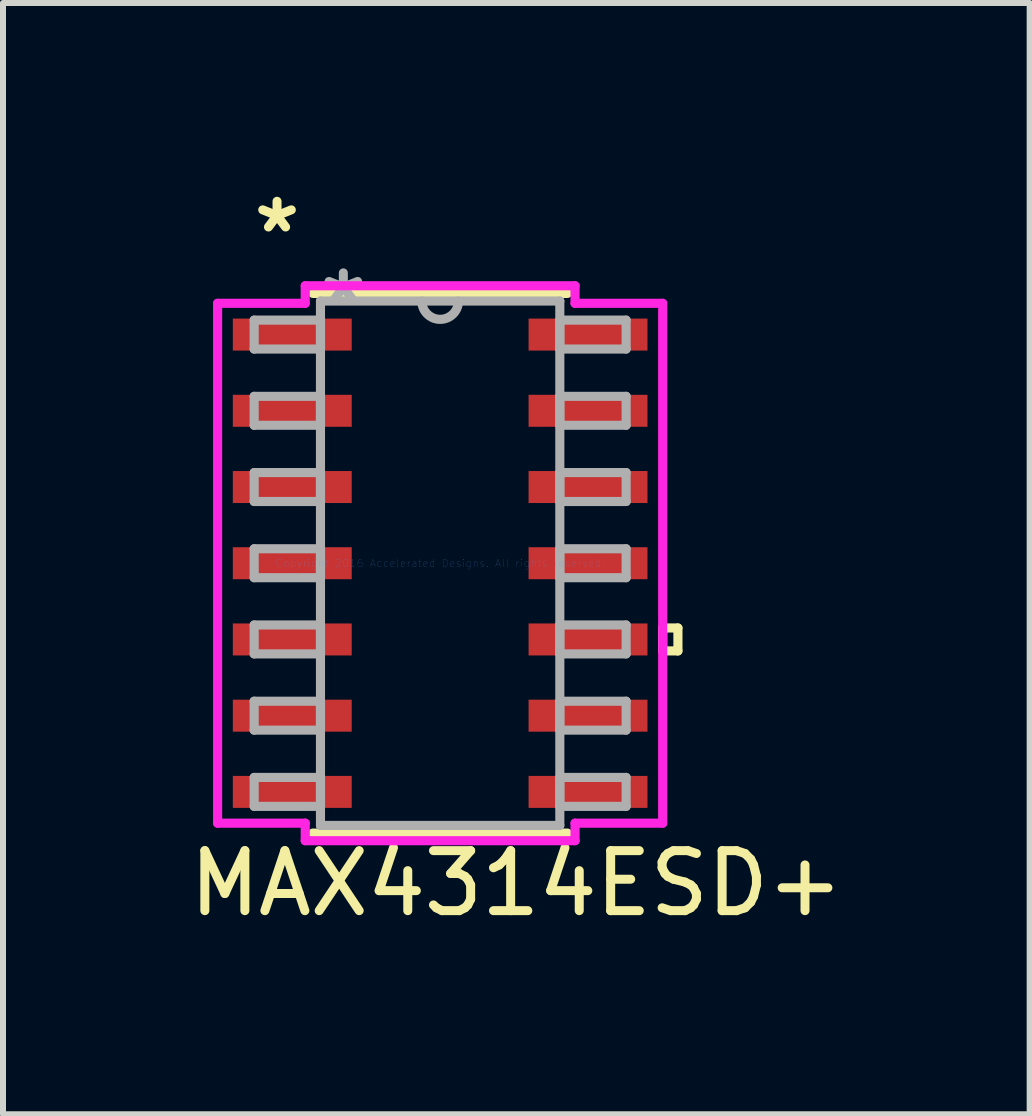
<source format=kicad_pcb>
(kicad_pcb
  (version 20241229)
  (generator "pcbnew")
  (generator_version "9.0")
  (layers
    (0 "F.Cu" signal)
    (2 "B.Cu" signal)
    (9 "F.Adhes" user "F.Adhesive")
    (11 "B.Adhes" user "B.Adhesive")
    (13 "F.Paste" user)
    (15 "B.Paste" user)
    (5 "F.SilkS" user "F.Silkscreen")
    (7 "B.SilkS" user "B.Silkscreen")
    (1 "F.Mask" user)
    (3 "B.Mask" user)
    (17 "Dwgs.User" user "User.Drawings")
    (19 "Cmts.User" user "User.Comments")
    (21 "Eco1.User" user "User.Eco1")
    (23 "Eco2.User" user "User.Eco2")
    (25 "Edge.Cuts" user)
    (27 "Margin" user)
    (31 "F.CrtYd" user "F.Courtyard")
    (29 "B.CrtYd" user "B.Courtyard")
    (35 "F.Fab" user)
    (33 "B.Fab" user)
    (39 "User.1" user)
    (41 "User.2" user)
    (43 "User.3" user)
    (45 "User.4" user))
  (footprint "MAX4314ESD+"
    (layer "F.Cu")
    (at 2.252 10.907)
    (property "Reference" "MAX4314ESD+" (at 3.302 0.762 0) (layer "F.SilkS") (effects (font (size 1 1) (thickness 0.15))))
    (attr through_hole)
    (fp_line (start -0.089 -0.076) (end 4.153 -0.076) (stroke (width 0.152) (type solid)) (layer "F.SilkS"))
    (fp_line (start 4.153 -9.068) (end -0.089 -9.068) (stroke (width 0.152) (type solid)) (layer "F.SilkS"))
    (fp_line (start 5.74 -3.493) (end 5.994 -3.493) (stroke (width 0.152) (type solid)) (layer "F.SilkS"))
    (fp_line (start 5.74 -3.111) (end 5.74 -3.493) (stroke (width 0.152) (type solid)) (layer "F.SilkS"))
    (fp_line (start 5.994 -3.493) (end 5.994 -3.111) (stroke (width 0.152) (type solid)) (layer "F.SilkS"))
    (fp_line (start 5.994 -3.111) (end 5.74 -3.111) (stroke (width 0.152) (type solid)) (layer "F.SilkS"))
    (fp_line (start -1.676 -8.903) (end -0.216 -8.903) (stroke (width 0.152) (type solid)) (layer "F.CrtYd"))
    (fp_line (start -1.676 -0.241) (end -1.676 -8.903) (stroke (width 0.152) (type solid)) (layer "F.CrtYd"))
    (fp_line (start -0.216 -9.195) (end 4.28 -9.195) (stroke (width 0.152) (type solid)) (layer "F.CrtYd"))
    (fp_line (start -0.216 -8.903) (end -0.216 -9.195) (stroke (width 0.152) (type solid)) (layer "F.CrtYd"))
    (fp_line (start -0.216 -0.241) (end -1.676 -0.241) (stroke (width 0.152) (type solid)) (layer "F.CrtYd"))
    (fp_line (start -0.216 0.051) (end -0.216 -0.241) (stroke (width 0.152) (type solid)) (layer "F.CrtYd"))
    (fp_line (start 4.28 -9.195) (end 4.28 -8.903) (stroke (width 0.152) (type solid)) (layer "F.CrtYd"))
    (fp_line (start 4.28 -8.903) (end 5.74 -8.903) (stroke (width 0.152) (type solid)) (layer "F.CrtYd"))
    (fp_line (start 4.28 -0.241) (end 4.28 0.051) (stroke (width 0.152) (type solid)) (layer "F.CrtYd"))
    (fp_line (start 4.28 0.051) (end -0.216 0.051) (stroke (width 0.152) (type solid)) (layer "F.CrtYd"))
    (fp_line (start 5.74 -8.903) (end 5.74 -0.241) (stroke (width 0.152) (type solid)) (layer "F.CrtYd"))
    (fp_line (start 5.74 -0.241) (end 4.28 -0.241) (stroke (width 0.152) (type solid)) (layer "F.CrtYd"))
    (fp_line (start -1.067 -8.623) (end -1.067 -8.141) (stroke (width 0.152) (type solid)) (layer "F.Fab"))
    (fp_line (start -1.067 -8.141) (end 0.038 -8.141) (stroke (width 0.152) (type solid)) (layer "F.Fab"))
    (fp_line (start -1.067 -7.353) (end -1.067 -6.871) (stroke (width 0.152) (type solid)) (layer "F.Fab"))
    (fp_line (start -1.067 -6.871) (end 0.038 -6.871) (stroke (width 0.152) (type solid)) (layer "F.Fab"))
    (fp_line (start -1.067 -6.083) (end -1.067 -5.601) (stroke (width 0.152) (type solid)) (layer "F.Fab"))
    (fp_line (start -1.067 -5.601) (end 0.038 -5.601) (stroke (width 0.152) (type solid)) (layer "F.Fab"))
    (fp_line (start -1.067 -4.813) (end -1.067 -4.331) (stroke (width 0.152) (type solid)) (layer "F.Fab"))
    (fp_line (start -1.067 -4.331) (end 0.038 -4.331) (stroke (width 0.152) (type solid)) (layer "F.Fab"))
    (fp_line (start -1.067 -3.543) (end -1.067 -3.061) (stroke (width 0.152) (type solid)) (layer "F.Fab"))
    (fp_line (start -1.067 -3.061) (end 0.038 -3.061) (stroke (width 0.152) (type solid)) (layer "F.Fab"))
    (fp_line (start -1.067 -2.273) (end -1.067 -1.791) (stroke (width 0.152) (type solid)) (layer "F.Fab"))
    (fp_line (start -1.067 -1.791) (end 0.038 -1.791) (stroke (width 0.152) (type solid)) (layer "F.Fab"))
    (fp_line (start -1.067 -1.003) (end -1.067 -0.521) (stroke (width 0.152) (type solid)) (layer "F.Fab"))
    (fp_line (start -1.067 -0.521) (end 0.038 -0.521) (stroke (width 0.152) (type solid)) (layer "F.Fab"))
    (fp_line (start 0.038 -8.941) (end 0.038 -0.203) (stroke (width 0.152) (type solid)) (layer "F.Fab"))
    (fp_line (start 0.038 -8.623) (end -1.067 -8.623) (stroke (width 0.152) (type solid)) (layer "F.Fab"))
    (fp_line (start 0.038 -8.141) (end 0.038 -8.623) (stroke (width 0.152) (type solid)) (layer "F.Fab"))
    (fp_line (start 0.038 -7.353) (end -1.067 -7.353) (stroke (width 0.152) (type solid)) (layer "F.Fab"))
    (fp_line (start 0.038 -6.871) (end 0.038 -7.353) (stroke (width 0.152) (type solid)) (layer "F.Fab"))
    (fp_line (start 0.038 -6.083) (end -1.067 -6.083) (stroke (width 0.152) (type solid)) (layer "F.Fab"))
    (fp_line (start 0.038 -5.601) (end 0.038 -6.083) (stroke (width 0.152) (type solid)) (layer "F.Fab"))
    (fp_line (start 0.038 -4.813) (end -1.067 -4.813) (stroke (width 0.152) (type solid)) (layer "F.Fab"))
    (fp_line (start 0.038 -4.331) (end 0.038 -4.813) (stroke (width 0.152) (type solid)) (layer "F.Fab"))
    (fp_line (start 0.038 -3.543) (end -1.067 -3.543) (stroke (width 0.152) (type solid)) (layer "F.Fab"))
    (fp_line (start 0.038 -3.061) (end 0.038 -3.543) (stroke (width 0.152) (type solid)) (layer "F.Fab"))
    (fp_line (start 0.038 -2.273) (end -1.067 -2.273) (stroke (width 0.152) (type solid)) (layer "F.Fab"))
    (fp_line (start 0.038 -1.791) (end 0.038 -2.273) (stroke (width 0.152) (type solid)) (layer "F.Fab"))
    (fp_line (start 0.038 -1.003) (end -1.067 -1.003) (stroke (width 0.152) (type solid)) (layer "F.Fab"))
    (fp_line (start 0.038 -0.521) (end 0.038 -1.003) (stroke (width 0.152) (type solid)) (layer "F.Fab"))
    (fp_line (start 0.038 -0.203) (end 4.026 -0.203) (stroke (width 0.152) (type solid)) (layer "F.Fab"))
    (fp_line (start 4.026 -8.941) (end 0.038 -8.941) (stroke (width 0.152) (type solid)) (layer "F.Fab"))
    (fp_line (start 4.026 -8.623) (end 4.026 -8.141) (stroke (width 0.152) (type solid)) (layer "F.Fab"))
    (fp_line (start 4.026 -8.141) (end 5.131 -8.141) (stroke (width 0.152) (type solid)) (layer "F.Fab"))
    (fp_line (start 4.026 -7.353) (end 4.026 -6.871) (stroke (width 0.152) (type solid)) (layer "F.Fab"))
    (fp_line (start 4.026 -6.871) (end 5.131 -6.871) (stroke (width 0.152) (type solid)) (layer "F.Fab"))
    (fp_line (start 4.026 -6.083) (end 4.026 -5.601) (stroke (width 0.152) (type solid)) (layer "F.Fab"))
    (fp_line (start 4.026 -5.601) (end 5.131 -5.601) (stroke (width 0.152) (type solid)) (layer "F.Fab"))
    (fp_line (start 4.026 -4.813) (end 4.026 -4.331) (stroke (width 0.152) (type solid)) (layer "F.Fab"))
    (fp_line (start 4.026 -4.331) (end 5.131 -4.331) (stroke (width 0.152) (type solid)) (layer "F.Fab"))
    (fp_line (start 4.026 -3.543) (end 4.026 -3.061) (stroke (width 0.152) (type solid)) (layer "F.Fab"))
    (fp_line (start 4.026 -3.061) (end 5.131 -3.061) (stroke (width 0.152) (type solid)) (layer "F.Fab"))
    (fp_line (start 4.026 -2.273) (end 4.026 -1.791) (stroke (width 0.152) (type solid)) (layer "F.Fab"))
    (fp_line (start 4.026 -1.791) (end 5.131 -1.791) (stroke (width 0.152) (type solid)) (layer "F.Fab"))
    (fp_line (start 4.026 -1.003) (end 4.026 -0.521) (stroke (width 0.152) (type solid)) (layer "F.Fab"))
    (fp_line (start 4.026 -0.521) (end 5.131 -0.521) (stroke (width 0.152) (type solid)) (layer "F.Fab"))
    (fp_line (start 4.026 -0.203) (end 4.026 -8.941) (stroke (width 0.152) (type solid)) (layer "F.Fab"))
    (fp_line (start 5.131 -8.623) (end 4.026 -8.623) (stroke (width 0.152) (type solid)) (layer "F.Fab"))
    (fp_line (start 5.131 -8.141) (end 5.131 -8.623) (stroke (width 0.152) (type solid)) (layer "F.Fab"))
    (fp_line (start 5.131 -7.353) (end 4.026 -7.353) (stroke (width 0.152) (type solid)) (layer "F.Fab"))
    (fp_line (start 5.131 -6.871) (end 5.131 -7.353) (stroke (width 0.152) (type solid)) (layer "F.Fab"))
    (fp_line (start 5.131 -6.083) (end 4.026 -6.083) (stroke (width 0.152) (type solid)) (layer "F.Fab"))
    (fp_line (start 5.131 -5.601) (end 5.131 -6.083) (stroke (width 0.152) (type solid)) (layer "F.Fab"))
    (fp_line (start 5.131 -4.813) (end 4.026 -4.813) (stroke (width 0.152) (type solid)) (layer "F.Fab"))
    (fp_line (start 5.131 -4.331) (end 5.131 -4.813) (stroke (width 0.152) (type solid)) (layer "F.Fab"))
    (fp_line (start 5.131 -3.543) (end 4.026 -3.543) (stroke (width 0.152) (type solid)) (layer "F.Fab"))
    (fp_line (start 5.131 -3.061) (end 5.131 -3.543) (stroke (width 0.152) (type solid)) (layer "F.Fab"))
    (fp_line (start 5.131 -2.273) (end 4.026 -2.273) (stroke (width 0.152) (type solid)) (layer "F.Fab"))
    (fp_line (start 5.131 -1.791) (end 5.131 -2.273) (stroke (width 0.152) (type solid)) (layer "F.Fab"))
    (fp_line (start 5.131 -1.003) (end 4.026 -1.003) (stroke (width 0.152) (type solid)) (layer "F.Fab"))
    (fp_line (start 5.131 -0.521) (end 5.131 -1.003) (stroke (width 0.152) (type solid)) (layer "F.Fab"))
    (fp_arc (start 2.3368 -8.9408) (mid 2.032 -8.636) (end 1.7272 -8.9408) (stroke (width 0.1524) (type solid)) (layer "F.Fab"))
    (fp_text user "*" (at -0.686 -10.058 0) (layer "F.SilkS") (effects (font (size 1 1) (thickness 0.15))))
    (fp_text user "Copyright 2016 Accelerated Designs. All rights reserved." (at 2.032 -4.572 0) (layer "Cmts.User") (effects (font (size 0.127 0.127) (thickness 0.002))))
    (fp_text user "*" (at 0.419 -8.865 0) (layer "F.Fab") (effects (font (size 1 1) (thickness 0.15))))
    (pad "1" smd rect (at -0.432 -8.382) (size 1.981 0.533) (layers "F.Cu" "F.Mask" "F.Paste"))
    (pad "2" smd rect (at -0.432 -7.112) (size 1.981 0.533) (layers "F.Cu" "F.Mask" "F.Paste"))
    (pad "3" smd rect (at -0.432 -5.842) (size 1.981 0.533) (layers "F.Cu" "F.Mask" "F.Paste"))
    (pad "4" smd rect (at -0.432 -4.572) (size 1.981 0.533) (layers "F.Cu" "F.Mask" "F.Paste"))
    (pad "5" smd rect (at -0.432 -3.302) (size 1.981 0.533) (layers "F.Cu" "F.Mask" "F.Paste"))
    (pad "6" smd rect (at -0.432 -2.032) (size 1.981 0.533) (layers "F.Cu" "F.Mask" "F.Paste"))
    (pad "7" smd rect (at -0.432 -0.762) (size 1.981 0.533) (layers "F.Cu" "F.Mask" "F.Paste"))
    (pad "8" smd rect (at 4.496 -0.762) (size 1.981 0.533) (layers "F.Cu" "F.Mask" "F.Paste"))
    (pad "9" smd rect (at 4.496 -2.032) (size 1.981 0.533) (layers "F.Cu" "F.Mask" "F.Paste"))
    (pad "10" smd rect (at 4.496 -3.302) (size 1.981 0.533) (layers "F.Cu" "F.Mask" "F.Paste"))
    (pad "11" smd rect (at 4.496 -4.572) (size 1.981 0.533) (layers "F.Cu" "F.Mask" "F.Paste"))
    (pad "12" smd rect (at 4.496 -5.842) (size 1.981 0.533) (layers "F.Cu" "F.Mask" "F.Paste"))
    (pad "13" smd rect (at 4.496 -7.112) (size 1.981 0.533) (layers "F.Cu" "F.Mask" "F.Paste"))
    (pad "14" smd rect (at 4.496 -8.382) (size 1.981 0.533) (layers "F.Cu" "F.Mask" "F.Paste")))
  (gr_rect
    (start -3 -3)
    (end 14.107 15.517)
    (stroke (width 0.1) (type default))
    (fill no)
    (layer "Edge.Cuts")))
</source>
